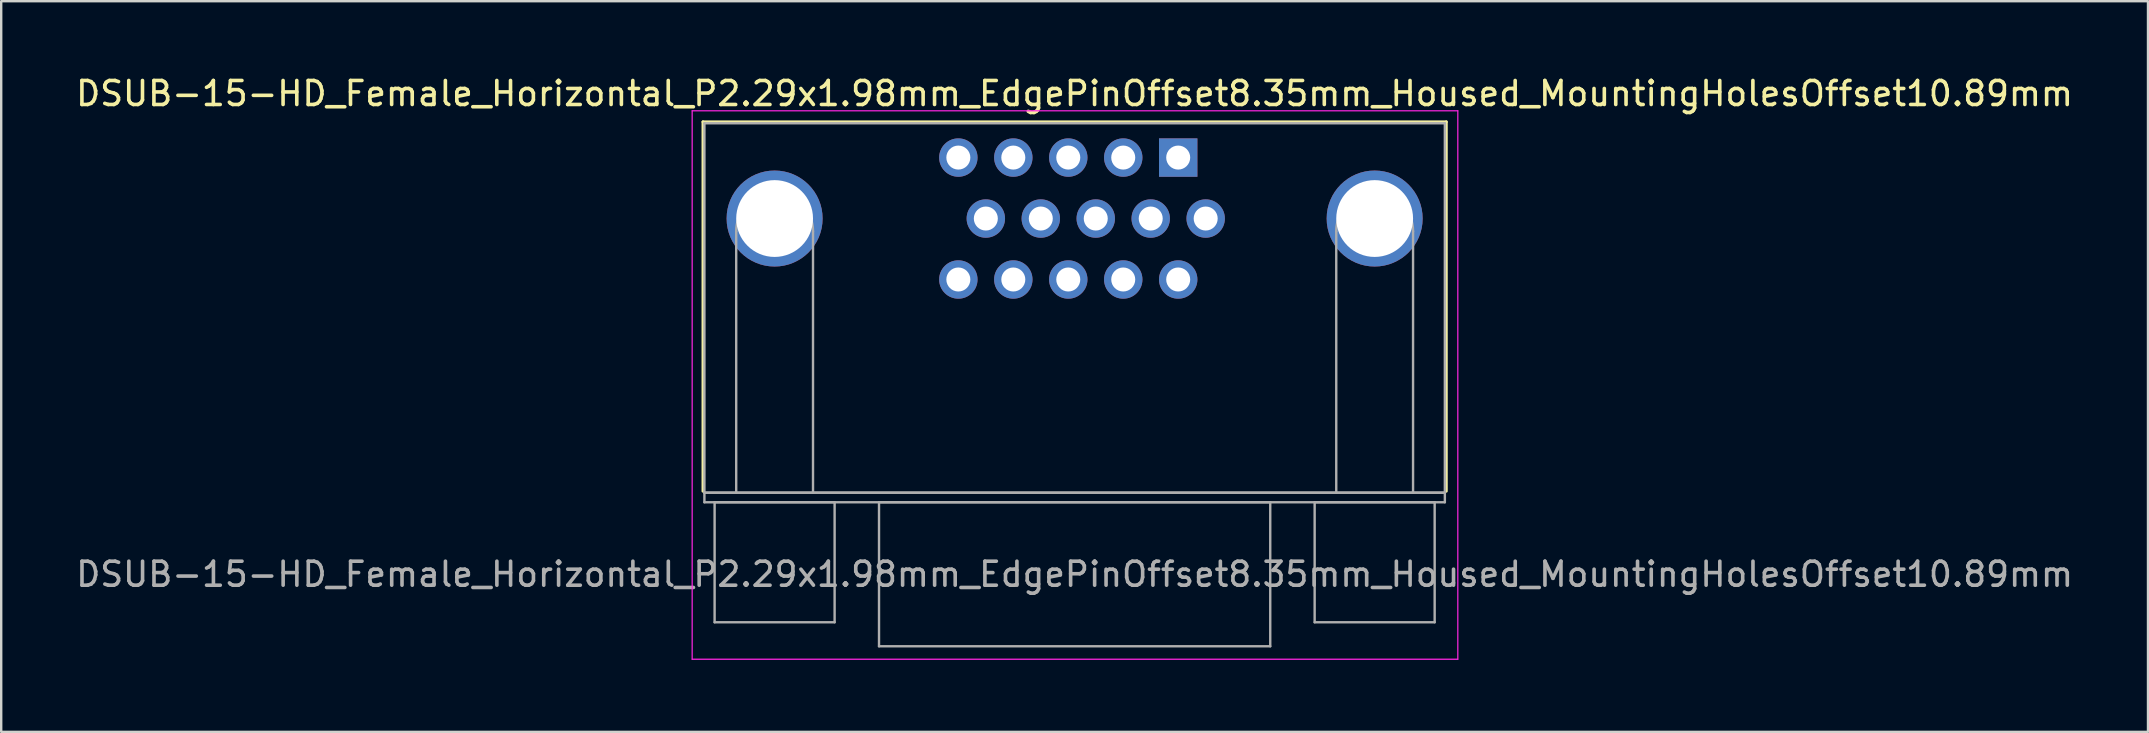
<source format=kicad_pcb>
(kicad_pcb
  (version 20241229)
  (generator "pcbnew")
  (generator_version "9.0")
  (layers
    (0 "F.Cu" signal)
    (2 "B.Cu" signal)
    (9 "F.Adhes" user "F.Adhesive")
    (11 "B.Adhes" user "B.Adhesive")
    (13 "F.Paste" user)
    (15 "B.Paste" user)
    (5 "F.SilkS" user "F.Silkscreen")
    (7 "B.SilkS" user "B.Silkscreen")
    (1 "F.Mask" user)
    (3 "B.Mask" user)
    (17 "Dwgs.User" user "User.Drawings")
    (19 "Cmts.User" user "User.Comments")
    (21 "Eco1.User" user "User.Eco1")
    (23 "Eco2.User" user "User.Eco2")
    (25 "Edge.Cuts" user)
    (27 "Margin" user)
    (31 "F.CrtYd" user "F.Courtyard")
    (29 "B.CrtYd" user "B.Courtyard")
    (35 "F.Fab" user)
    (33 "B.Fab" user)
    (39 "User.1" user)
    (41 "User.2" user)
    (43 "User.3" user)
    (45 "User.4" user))
  (footprint "DSUB-15-HD_Female_Horizontal_P2.29x1.98mm_EdgePinOffset8.35mm_Housed_MountingHolesOffset10.89mm"
    (layer "F.Cu")
    (at 41.466 17.485)
    (property "Reference" "DSUB-15-HD_Female_Horizontal_P2.29x1.98mm_EdgePinOffset8.35mm_Housed_MountingHolesOffset10.89mm" (at 0.254 -16.637 0) (layer "F.SilkS") (effects (font (size 1 1) (thickness 0.15))))
    (attr through_hole)
    (fp_line (start -15.228 -15.459) (end 15.742 -15.459) (stroke (width 0.12) (type solid)) (layer "F.SilkS"))
    (fp_line (start -15.228 -0.069) (end -15.228 -15.459) (stroke (width 0.12) (type solid)) (layer "F.SilkS"))
    (fp_line (start 15.742 -15.459) (end 15.742 -0.069) (stroke (width 0.12) (type solid)) (layer "F.SilkS"))
    (fp_line (start -15.678 -15.919) (end -15.678 6.931) (stroke (width 0.05) (type solid)) (layer "F.CrtYd"))
    (fp_line (start -15.678 6.931) (end 16.222 6.931) (stroke (width 0.05) (type solid)) (layer "F.CrtYd"))
    (fp_line (start 16.222 -15.919) (end -15.678 -15.919) (stroke (width 0.05) (type solid)) (layer "F.CrtYd"))
    (fp_line (start 16.222 6.931) (end 16.222 -15.919) (stroke (width 0.05) (type solid)) (layer "F.CrtYd"))
    (fp_line (start -15.168 -15.399) (end -15.168 -0.009) (stroke (width 0.1) (type solid)) (layer "F.Fab"))
    (fp_line (start -15.168 -0.009) (end -15.168 0.391) (stroke (width 0.1) (type solid)) (layer "F.Fab"))
    (fp_line (start -15.168 -0.009) (end 15.682 -0.009) (stroke (width 0.1) (type solid)) (layer "F.Fab"))
    (fp_line (start -15.168 0.391) (end 15.682 0.391) (stroke (width 0.1) (type solid)) (layer "F.Fab"))
    (fp_line (start -14.743 0.391) (end -14.743 5.391) (stroke (width 0.1) (type solid)) (layer "F.Fab"))
    (fp_line (start -14.743 5.391) (end -9.743 5.391) (stroke (width 0.1) (type solid)) (layer "F.Fab"))
    (fp_line (start -13.843 -0.009) (end -13.843 -10.899) (stroke (width 0.1) (type solid)) (layer "F.Fab"))
    (fp_line (start -10.643 -0.009) (end -10.643 -10.899) (stroke (width 0.1) (type solid)) (layer "F.Fab"))
    (fp_line (start -9.743 0.391) (end -14.743 0.391) (stroke (width 0.1) (type solid)) (layer "F.Fab"))
    (fp_line (start -9.743 5.391) (end -9.743 0.391) (stroke (width 0.1) (type solid)) (layer "F.Fab"))
    (fp_line (start -7.893 0.391) (end -7.893 6.391) (stroke (width 0.1) (type solid)) (layer "F.Fab"))
    (fp_line (start -7.893 6.391) (end 8.407 6.391) (stroke (width 0.1) (type solid)) (layer "F.Fab"))
    (fp_line (start 8.407 0.391) (end -7.893 0.391) (stroke (width 0.1) (type solid)) (layer "F.Fab"))
    (fp_line (start 8.407 6.391) (end 8.407 0.391) (stroke (width 0.1) (type solid)) (layer "F.Fab"))
    (fp_line (start 10.257 0.391) (end 10.257 5.391) (stroke (width 0.1) (type solid)) (layer "F.Fab"))
    (fp_line (start 10.257 5.391) (end 15.257 5.391) (stroke (width 0.1) (type solid)) (layer "F.Fab"))
    (fp_line (start 11.157 -0.009) (end 11.157 -10.899) (stroke (width 0.1) (type solid)) (layer "F.Fab"))
    (fp_line (start 14.357 -0.009) (end 14.357 -10.899) (stroke (width 0.1) (type solid)) (layer "F.Fab"))
    (fp_line (start 15.257 0.391) (end 10.257 0.391) (stroke (width 0.1) (type solid)) (layer "F.Fab"))
    (fp_line (start 15.257 5.391) (end 15.257 0.391) (stroke (width 0.1) (type solid)) (layer "F.Fab"))
    (fp_line (start 15.682 -15.399) (end -15.168 -15.399) (stroke (width 0.1) (type solid)) (layer "F.Fab"))
    (fp_line (start 15.682 -0.009) (end -15.168 -0.009) (stroke (width 0.1) (type solid)) (layer "F.Fab"))
    (fp_line (start 15.682 -0.009) (end 15.682 -15.399) (stroke (width 0.1) (type solid)) (layer "F.Fab"))
    (fp_line (start 15.682 0.391) (end 15.682 -0.009) (stroke (width 0.1) (type solid)) (layer "F.Fab"))
    (fp_arc (start -13.843 -10.899) (mid -12.243 -12.499) (end -10.643 -10.899) (stroke (width 0.1) (type solid)) (layer "F.Fab"))
    (fp_arc (start 11.157 -10.899) (mid 12.757 -12.499) (end 14.357 -10.899) (stroke (width 0.1) (type solid)) (layer "F.Fab"))
    (fp_text user "${REFERENCE}" (at 0.257 3.391 0) (layer "F.Fab") (effects (font (size 1 1) (thickness 0.15))))
    (pad "0" thru_hole circle (at -12.243 -11.43) (size 4 4) (drill 3.2) (layers "*.Cu" "*.Mask"))
    (pad "0" thru_hole circle (at 12.757 -11.43) (size 4 4) (drill 3.2) (layers "*.Cu" "*.Mask"))
    (pad "1" thru_hole rect (at 4.572 -13.97 90) (size 1.6 1.6) (drill 1) (layers "*.Cu" "*.Mask"))
    (pad "2" thru_hole circle (at 2.282 -13.97) (size 1.6 1.6) (drill 1) (layers "*.Cu" "*.Mask"))
    (pad "3" thru_hole circle (at -0.008 -13.97) (size 1.6 1.6) (drill 1) (layers "*.Cu" "*.Mask"))
    (pad "4" thru_hole circle (at -2.298 -13.97) (size 1.6 1.6) (drill 1) (layers "*.Cu" "*.Mask"))
    (pad "5" thru_hole circle (at -4.588 -13.97) (size 1.6 1.6) (drill 1) (layers "*.Cu" "*.Mask"))
    (pad "6" thru_hole circle (at 5.717 -11.43) (size 1.6 1.6) (drill 1) (layers "*.Cu" "*.Mask"))
    (pad "7" thru_hole circle (at 3.427 -11.43) (size 1.6 1.6) (drill 1) (layers "*.Cu" "*.Mask"))
    (pad "8" thru_hole circle (at 1.137 -11.43) (size 1.6 1.6) (drill 1) (layers "*.Cu" "*.Mask"))
    (pad "9" thru_hole circle (at -1.153 -11.43) (size 1.6 1.6) (drill 1) (layers "*.Cu" "*.Mask"))
    (pad "10" thru_hole circle (at -3.443 -11.43) (size 1.6 1.6) (drill 1) (layers "*.Cu" "*.Mask"))
    (pad "11" thru_hole circle (at 4.572 -8.89) (size 1.6 1.6) (drill 1) (layers "*.Cu" "*.Mask"))
    (pad "12" thru_hole circle (at 2.282 -8.89) (size 1.6 1.6) (drill 1) (layers "*.Cu" "*.Mask"))
    (pad "13" thru_hole circle (at -0.008 -8.89) (size 1.6 1.6) (drill 1) (layers "*.Cu" "*.Mask"))
    (pad "14" thru_hole circle (at -2.298 -8.89) (size 1.6 1.6) (drill 1) (layers "*.Cu" "*.Mask"))
    (pad "15" thru_hole circle (at -4.588 -8.89) (size 1.6 1.6) (drill 1) (layers "*.Cu" "*.Mask")))
  (gr_rect
    (start -3 -3)
    (end 86.443 27.441)
    (stroke (width 0.1) (type default))
    (fill no)
    (layer "Edge.Cuts")))
</source>
